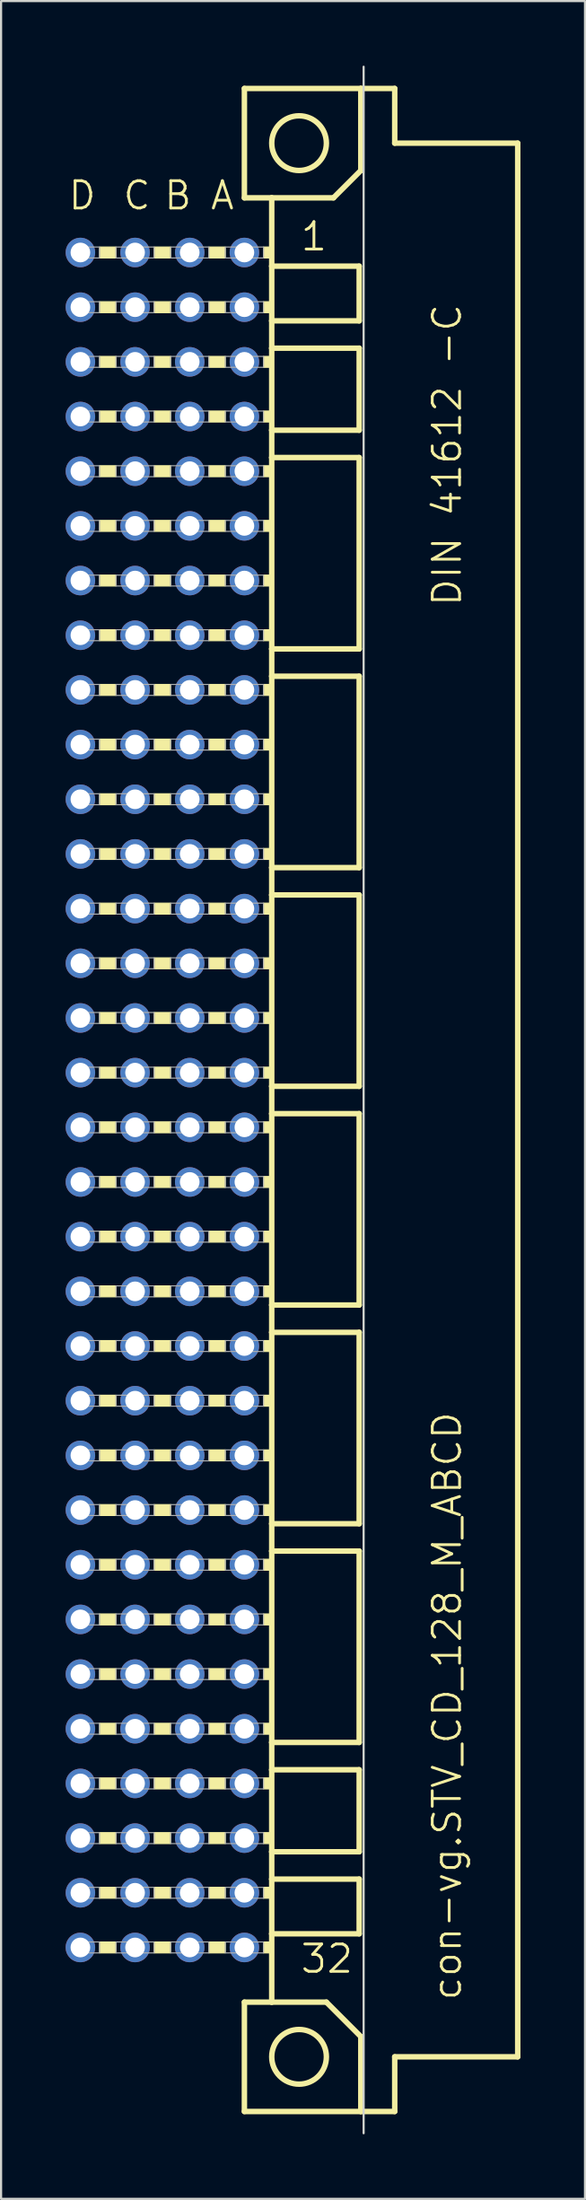
<source format=kicad_pcb>
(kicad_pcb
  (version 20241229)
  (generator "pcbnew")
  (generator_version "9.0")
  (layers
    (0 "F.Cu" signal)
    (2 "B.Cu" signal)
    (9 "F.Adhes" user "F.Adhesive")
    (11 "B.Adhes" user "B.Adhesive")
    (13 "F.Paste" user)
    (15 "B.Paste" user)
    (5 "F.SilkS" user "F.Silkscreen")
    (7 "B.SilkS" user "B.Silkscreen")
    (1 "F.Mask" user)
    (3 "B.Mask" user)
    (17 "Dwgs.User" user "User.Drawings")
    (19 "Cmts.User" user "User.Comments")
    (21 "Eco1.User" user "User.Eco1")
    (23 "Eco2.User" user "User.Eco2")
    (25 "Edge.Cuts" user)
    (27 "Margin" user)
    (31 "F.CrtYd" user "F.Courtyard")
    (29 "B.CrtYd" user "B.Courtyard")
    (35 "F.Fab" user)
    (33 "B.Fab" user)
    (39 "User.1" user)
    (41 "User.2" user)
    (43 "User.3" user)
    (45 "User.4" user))
  (footprint "con-vg.STV_CD_128_M_ABCD"
    (layer "F.Cu")
    (at 10.846 48.05)
    (property "Reference" "con-vg.STV_CD_128_M_ABCD" (at 7.62 41.91 90) (layer "F.SilkS") (effects (font (size 1.27 1.27) (thickness 0.13)) (justify left bottom)))
    (attr through_hole)
    (fp_line (start -2.54 -46.99) (end -2.54 -41.91) (stroke (width 0.254) (type default)) (layer "F.SilkS"))
    (fp_line (start -2.54 -41.91) (end -1.27 -41.91) (stroke (width 0.254) (type default)) (layer "F.SilkS"))
    (fp_line (start -2.54 41.91) (end -2.54 46.99) (stroke (width 0.254) (type default)) (layer "F.SilkS"))
    (fp_line (start -2.54 41.91) (end -1.27 41.91) (stroke (width 0.254) (type default)) (layer "F.SilkS"))
    (fp_line (start -2.54 46.99) (end 2.87 46.99) (stroke (width 0.254) (type default)) (layer "F.SilkS"))
    (fp_line (start -1.27 -41.91) (end -1.27 -38.735) (stroke (width 0.254) (type default)) (layer "F.SilkS"))
    (fp_line (start -1.27 -41.91) (end 1.6 -41.91) (stroke (width 0.254) (type default)) (layer "F.SilkS"))
    (fp_line (start -1.27 -38.735) (end -1.27 -36.195) (stroke (width 0.254) (type default)) (layer "F.SilkS"))
    (fp_line (start -1.27 -36.195) (end -1.27 -34.925) (stroke (width 0.254) (type default)) (layer "F.SilkS"))
    (fp_line (start -1.27 -34.925) (end -1.27 -31.115) (stroke (width 0.254) (type default)) (layer "F.SilkS"))
    (fp_line (start -1.27 -31.115) (end -1.27 -29.845) (stroke (width 0.254) (type default)) (layer "F.SilkS"))
    (fp_line (start -1.27 -29.845) (end -1.27 -20.955) (stroke (width 0.254) (type default)) (layer "F.SilkS"))
    (fp_line (start -1.27 -20.955) (end -1.27 -19.685) (stroke (width 0.254) (type default)) (layer "F.SilkS"))
    (fp_line (start -1.27 -19.685) (end -1.27 -10.795) (stroke (width 0.254) (type default)) (layer "F.SilkS"))
    (fp_line (start -1.27 -10.795) (end -1.27 -9.525) (stroke (width 0.254) (type default)) (layer "F.SilkS"))
    (fp_line (start -1.27 -9.525) (end -1.27 -0.635) (stroke (width 0.254) (type default)) (layer "F.SilkS"))
    (fp_line (start -1.27 -0.635) (end -1.27 0.635) (stroke (width 0.254) (type default)) (layer "F.SilkS"))
    (fp_line (start -1.27 0.635) (end -1.27 9.525) (stroke (width 0.254) (type default)) (layer "F.SilkS"))
    (fp_line (start -1.27 9.525) (end -1.27 10.795) (stroke (width 0.254) (type default)) (layer "F.SilkS"))
    (fp_line (start -1.27 10.795) (end -1.27 19.685) (stroke (width 0.254) (type default)) (layer "F.SilkS"))
    (fp_line (start -1.27 19.685) (end -1.27 20.955) (stroke (width 0.254) (type default)) (layer "F.SilkS"))
    (fp_line (start -1.27 20.955) (end -1.27 29.845) (stroke (width 0.254) (type default)) (layer "F.SilkS"))
    (fp_line (start -1.27 29.845) (end -1.27 31.115) (stroke (width 0.254) (type default)) (layer "F.SilkS"))
    (fp_line (start -1.27 31.115) (end -1.27 34.925) (stroke (width 0.254) (type default)) (layer "F.SilkS"))
    (fp_line (start -1.27 34.925) (end -1.27 36.195) (stroke (width 0.254) (type default)) (layer "F.SilkS"))
    (fp_line (start -1.27 36.195) (end -1.27 38.735) (stroke (width 0.254) (type default)) (layer "F.SilkS"))
    (fp_line (start -1.27 38.735) (end -1.27 41.91) (stroke (width 0.254) (type default)) (layer "F.SilkS"))
    (fp_line (start -1.27 41.91) (end 1.27 41.91) (stroke (width 0.254) (type default)) (layer "F.SilkS"))
    (fp_line (start 1.6 -41.91) (end 2.87 -43.18) (stroke (width 0.254) (type default)) (layer "F.SilkS"))
    (fp_line (start 2.794 -38.735) (end -1.27 -38.735) (stroke (width 0.254) (type default)) (layer "F.SilkS"))
    (fp_line (start 2.794 -38.735) (end 2.794 -36.195) (stroke (width 0.254) (type default)) (layer "F.SilkS"))
    (fp_line (start 2.794 -36.195) (end -1.27 -36.195) (stroke (width 0.254) (type default)) (layer "F.SilkS"))
    (fp_line (start 2.794 -34.925) (end -1.27 -34.925) (stroke (width 0.254) (type default)) (layer "F.SilkS"))
    (fp_line (start 2.794 -34.925) (end 2.794 -31.115) (stroke (width 0.254) (type default)) (layer "F.SilkS"))
    (fp_line (start 2.794 -31.115) (end -1.27 -31.115) (stroke (width 0.254) (type default)) (layer "F.SilkS"))
    (fp_line (start 2.794 -29.845) (end -1.27 -29.845) (stroke (width 0.254) (type default)) (layer "F.SilkS"))
    (fp_line (start 2.794 -29.845) (end 2.794 -20.955) (stroke (width 0.254) (type default)) (layer "F.SilkS"))
    (fp_line (start 2.794 -20.955) (end -1.27 -20.955) (stroke (width 0.254) (type default)) (layer "F.SilkS"))
    (fp_line (start 2.794 -19.685) (end -1.27 -19.685) (stroke (width 0.254) (type default)) (layer "F.SilkS"))
    (fp_line (start 2.794 -19.685) (end 2.794 -10.795) (stroke (width 0.254) (type default)) (layer "F.SilkS"))
    (fp_line (start 2.794 -10.795) (end -1.27 -10.795) (stroke (width 0.254) (type default)) (layer "F.SilkS"))
    (fp_line (start 2.794 -9.525) (end -1.27 -9.525) (stroke (width 0.254) (type default)) (layer "F.SilkS"))
    (fp_line (start 2.794 -9.525) (end 2.794 -0.635) (stroke (width 0.254) (type default)) (layer "F.SilkS"))
    (fp_line (start 2.794 -0.635) (end -1.27 -0.635) (stroke (width 0.254) (type default)) (layer "F.SilkS"))
    (fp_line (start 2.794 0.635) (end -1.27 0.635) (stroke (width 0.254) (type default)) (layer "F.SilkS"))
    (fp_line (start 2.794 0.635) (end 2.794 9.525) (stroke (width 0.254) (type default)) (layer "F.SilkS"))
    (fp_line (start 2.794 9.525) (end -1.27 9.525) (stroke (width 0.254) (type default)) (layer "F.SilkS"))
    (fp_line (start 2.794 10.795) (end -1.27 10.795) (stroke (width 0.254) (type default)) (layer "F.SilkS"))
    (fp_line (start 2.794 10.795) (end 2.794 19.685) (stroke (width 0.254) (type default)) (layer "F.SilkS"))
    (fp_line (start 2.794 19.685) (end -1.27 19.685) (stroke (width 0.254) (type default)) (layer "F.SilkS"))
    (fp_line (start 2.794 20.955) (end -1.27 20.955) (stroke (width 0.254) (type default)) (layer "F.SilkS"))
    (fp_line (start 2.794 20.955) (end 2.794 29.845) (stroke (width 0.254) (type default)) (layer "F.SilkS"))
    (fp_line (start 2.794 29.845) (end -1.27 29.845) (stroke (width 0.254) (type default)) (layer "F.SilkS"))
    (fp_line (start 2.794 31.115) (end -1.27 31.115) (stroke (width 0.254) (type default)) (layer "F.SilkS"))
    (fp_line (start 2.794 31.115) (end 2.794 34.925) (stroke (width 0.254) (type default)) (layer "F.SilkS"))
    (fp_line (start 2.794 34.925) (end -1.27 34.925) (stroke (width 0.254) (type default)) (layer "F.SilkS"))
    (fp_line (start 2.794 36.195) (end -1.27 36.195) (stroke (width 0.254) (type default)) (layer "F.SilkS"))
    (fp_line (start 2.794 36.195) (end 2.794 38.735) (stroke (width 0.254) (type default)) (layer "F.SilkS"))
    (fp_line (start 2.794 38.735) (end -1.27 38.735) (stroke (width 0.254) (type default)) (layer "F.SilkS"))
    (fp_line (start 2.87 -46.99) (end -2.54 -46.99) (stroke (width 0.254) (type default)) (layer "F.SilkS"))
    (fp_line (start 2.87 -43.18) (end 2.87 -46.99) (stroke (width 0.254) (type default)) (layer "F.SilkS"))
    (fp_line (start 2.87 43.51) (end 1.27 41.91) (stroke (width 0.254) (type default)) (layer "F.SilkS"))
    (fp_line (start 2.87 43.51) (end 2.87 46.99) (stroke (width 0.254) (type default)) (layer "F.SilkS"))
    (fp_line (start 2.87 46.99) (end 4.445 46.99) (stroke (width 0.254) (type default)) (layer "F.SilkS"))
    (fp_line (start 4.445 -46.99) (end 2.87 -46.99) (stroke (width 0.254) (type default)) (layer "F.SilkS"))
    (fp_line (start 4.445 -44.45) (end 4.445 -46.99) (stroke (width 0.254) (type default)) (layer "F.SilkS"))
    (fp_line (start 4.445 44.45) (end 10.16 44.45) (stroke (width 0.254) (type default)) (layer "F.SilkS"))
    (fp_line (start 4.445 46.99) (end 4.445 44.45) (stroke (width 0.254) (type default)) (layer "F.SilkS"))
    (fp_line (start 10.16 -44.45) (end 4.445 -44.45) (stroke (width 0.254) (type default)) (layer "F.SilkS"))
    (fp_line (start 10.16 44.45) (end 10.16 -44.45) (stroke (width 0.254) (type default)) (layer "F.SilkS"))
    (fp_rect (start -9.271 -39.116) (end -8.509 -39.624) (stroke (width 0.05) (type default)) (fill yes) (layer "F.SilkS"))
    (fp_rect (start -9.271 -36.576) (end -8.509 -37.084) (stroke (width 0.05) (type default)) (fill yes) (layer "F.SilkS"))
    (fp_rect (start -9.271 -34.036) (end -8.509 -34.544) (stroke (width 0.05) (type default)) (fill yes) (layer "F.SilkS"))
    (fp_rect (start -9.271 -31.496) (end -8.509 -32.004) (stroke (width 0.05) (type default)) (fill yes) (layer "F.SilkS"))
    (fp_rect (start -9.271 -28.956) (end -8.509 -29.464) (stroke (width 0.05) (type default)) (fill yes) (layer "F.SilkS"))
    (fp_rect (start -9.271 -26.416) (end -8.509 -26.924) (stroke (width 0.05) (type default)) (fill yes) (layer "F.SilkS"))
    (fp_rect (start -9.271 -23.876) (end -8.509 -24.384) (stroke (width 0.05) (type default)) (fill yes) (layer "F.SilkS"))
    (fp_rect (start -9.271 -21.336) (end -8.509 -21.844) (stroke (width 0.05) (type default)) (fill yes) (layer "F.SilkS"))
    (fp_rect (start -9.271 -18.796) (end -8.509 -19.304) (stroke (width 0.05) (type default)) (fill yes) (layer "F.SilkS"))
    (fp_rect (start -9.271 -16.256) (end -8.509 -16.764) (stroke (width 0.05) (type default)) (fill yes) (layer "F.SilkS"))
    (fp_rect (start -9.271 -13.716) (end -8.509 -14.224) (stroke (width 0.05) (type default)) (fill yes) (layer "F.SilkS"))
    (fp_rect (start -9.271 -11.176) (end -8.509 -11.684) (stroke (width 0.05) (type default)) (fill yes) (layer "F.SilkS"))
    (fp_rect (start -9.271 -8.636) (end -8.509 -9.144) (stroke (width 0.05) (type default)) (fill yes) (layer "F.SilkS"))
    (fp_rect (start -9.271 -6.096) (end -8.509 -6.604) (stroke (width 0.05) (type default)) (fill yes) (layer "F.SilkS"))
    (fp_rect (start -9.271 -3.556) (end -8.509 -4.064) (stroke (width 0.05) (type default)) (fill yes) (layer "F.SilkS"))
    (fp_rect (start -9.271 -1.016) (end -8.509 -1.524) (stroke (width 0.05) (type default)) (fill yes) (layer "F.SilkS"))
    (fp_rect (start -9.271 1.524) (end -8.509 1.016) (stroke (width 0.05) (type default)) (fill yes) (layer "F.SilkS"))
    (fp_rect (start -9.271 4.064) (end -8.509 3.556) (stroke (width 0.05) (type default)) (fill yes) (layer "F.SilkS"))
    (fp_rect (start -9.271 6.604) (end -8.509 6.096) (stroke (width 0.05) (type default)) (fill yes) (layer "F.SilkS"))
    (fp_rect (start -9.271 9.144) (end -8.509 8.636) (stroke (width 0.05) (type default)) (fill yes) (layer "F.SilkS"))
    (fp_rect (start -9.271 11.684) (end -8.509 11.176) (stroke (width 0.05) (type default)) (fill yes) (layer "F.SilkS"))
    (fp_rect (start -9.271 14.224) (end -8.509 13.716) (stroke (width 0.05) (type default)) (fill yes) (layer "F.SilkS"))
    (fp_rect (start -9.271 16.764) (end -8.509 16.256) (stroke (width 0.05) (type default)) (fill yes) (layer "F.SilkS"))
    (fp_rect (start -9.271 19.304) (end -8.509 18.796) (stroke (width 0.05) (type default)) (fill yes) (layer "F.SilkS"))
    (fp_rect (start -9.271 21.844) (end -8.509 21.336) (stroke (width 0.05) (type default)) (fill yes) (layer "F.SilkS"))
    (fp_rect (start -9.271 24.384) (end -8.509 23.876) (stroke (width 0.05) (type default)) (fill yes) (layer "F.SilkS"))
    (fp_rect (start -9.271 26.924) (end -8.509 26.416) (stroke (width 0.05) (type default)) (fill yes) (layer "F.SilkS"))
    (fp_rect (start -9.271 29.464) (end -8.509 28.956) (stroke (width 0.05) (type default)) (fill yes) (layer "F.SilkS"))
    (fp_rect (start -9.271 32.004) (end -8.509 31.496) (stroke (width 0.05) (type default)) (fill yes) (layer "F.SilkS"))
    (fp_rect (start -9.271 34.544) (end -8.509 34.036) (stroke (width 0.05) (type default)) (fill yes) (layer "F.SilkS"))
    (fp_rect (start -9.271 37.084) (end -8.509 36.576) (stroke (width 0.05) (type default)) (fill yes) (layer "F.SilkS"))
    (fp_rect (start -9.271 39.624) (end -8.509 39.116) (stroke (width 0.05) (type default)) (fill yes) (layer "F.SilkS"))
    (fp_rect (start -6.731 -39.116) (end -5.969 -39.624) (stroke (width 0.05) (type default)) (fill yes) (layer "F.SilkS"))
    (fp_rect (start -6.731 -36.576) (end -5.969 -37.084) (stroke (width 0.05) (type default)) (fill yes) (layer "F.SilkS"))
    (fp_rect (start -6.731 -34.036) (end -5.969 -34.544) (stroke (width 0.05) (type default)) (fill yes) (layer "F.SilkS"))
    (fp_rect (start -6.731 -31.496) (end -5.969 -32.004) (stroke (width 0.05) (type default)) (fill yes) (layer "F.SilkS"))
    (fp_rect (start -6.731 -28.956) (end -5.969 -29.464) (stroke (width 0.05) (type default)) (fill yes) (layer "F.SilkS"))
    (fp_rect (start -6.731 -26.416) (end -5.969 -26.924) (stroke (width 0.05) (type default)) (fill yes) (layer "F.SilkS"))
    (fp_rect (start -6.731 -23.876) (end -5.969 -24.384) (stroke (width 0.05) (type default)) (fill yes) (layer "F.SilkS"))
    (fp_rect (start -6.731 -21.336) (end -5.969 -21.844) (stroke (width 0.05) (type default)) (fill yes) (layer "F.SilkS"))
    (fp_rect (start -6.731 -18.796) (end -5.969 -19.304) (stroke (width 0.05) (type default)) (fill yes) (layer "F.SilkS"))
    (fp_rect (start -6.731 -16.256) (end -5.969 -16.764) (stroke (width 0.05) (type default)) (fill yes) (layer "F.SilkS"))
    (fp_rect (start -6.731 -13.716) (end -5.969 -14.224) (stroke (width 0.05) (type default)) (fill yes) (layer "F.SilkS"))
    (fp_rect (start -6.731 -11.176) (end -5.969 -11.684) (stroke (width 0.05) (type default)) (fill yes) (layer "F.SilkS"))
    (fp_rect (start -6.731 -8.636) (end -5.969 -9.144) (stroke (width 0.05) (type default)) (fill yes) (layer "F.SilkS"))
    (fp_rect (start -6.731 -6.096) (end -5.969 -6.604) (stroke (width 0.05) (type default)) (fill yes) (layer "F.SilkS"))
    (fp_rect (start -6.731 -3.556) (end -5.969 -4.064) (stroke (width 0.05) (type default)) (fill yes) (layer "F.SilkS"))
    (fp_rect (start -6.731 -1.016) (end -5.969 -1.524) (stroke (width 0.05) (type default)) (fill yes) (layer "F.SilkS"))
    (fp_rect (start -6.731 1.524) (end -5.969 1.016) (stroke (width 0.05) (type default)) (fill yes) (layer "F.SilkS"))
    (fp_rect (start -6.731 4.064) (end -5.969 3.556) (stroke (width 0.05) (type default)) (fill yes) (layer "F.SilkS"))
    (fp_rect (start -6.731 6.604) (end -5.969 6.096) (stroke (width 0.05) (type default)) (fill yes) (layer "F.SilkS"))
    (fp_rect (start -6.731 9.144) (end -5.969 8.636) (stroke (width 0.05) (type default)) (fill yes) (layer "F.SilkS"))
    (fp_rect (start -6.731 11.684) (end -5.969 11.176) (stroke (width 0.05) (type default)) (fill yes) (layer "F.SilkS"))
    (fp_rect (start -6.731 14.224) (end -5.969 13.716) (stroke (width 0.05) (type default)) (fill yes) (layer "F.SilkS"))
    (fp_rect (start -6.731 16.764) (end -5.969 16.256) (stroke (width 0.05) (type default)) (fill yes) (layer "F.SilkS"))
    (fp_rect (start -6.731 19.304) (end -5.969 18.796) (stroke (width 0.05) (type default)) (fill yes) (layer "F.SilkS"))
    (fp_rect (start -6.731 21.844) (end -5.969 21.336) (stroke (width 0.05) (type default)) (fill yes) (layer "F.SilkS"))
    (fp_rect (start -6.731 24.384) (end -5.969 23.876) (stroke (width 0.05) (type default)) (fill yes) (layer "F.SilkS"))
    (fp_rect (start -6.731 26.924) (end -5.969 26.416) (stroke (width 0.05) (type default)) (fill yes) (layer "F.SilkS"))
    (fp_rect (start -6.731 29.464) (end -5.969 28.956) (stroke (width 0.05) (type default)) (fill yes) (layer "F.SilkS"))
    (fp_rect (start -6.731 32.004) (end -5.969 31.496) (stroke (width 0.05) (type default)) (fill yes) (layer "F.SilkS"))
    (fp_rect (start -6.731 34.544) (end -5.969 34.036) (stroke (width 0.05) (type default)) (fill yes) (layer "F.SilkS"))
    (fp_rect (start -6.731 37.084) (end -5.969 36.576) (stroke (width 0.05) (type default)) (fill yes) (layer "F.SilkS"))
    (fp_rect (start -6.731 39.624) (end -5.969 39.116) (stroke (width 0.05) (type default)) (fill yes) (layer "F.SilkS"))
    (fp_rect (start -4.191 -39.116) (end -3.429 -39.624) (stroke (width 0.05) (type default)) (fill yes) (layer "F.SilkS"))
    (fp_rect (start -4.191 -36.576) (end -3.429 -37.084) (stroke (width 0.05) (type default)) (fill yes) (layer "F.SilkS"))
    (fp_rect (start -4.191 -34.036) (end -3.429 -34.544) (stroke (width 0.05) (type default)) (fill yes) (layer "F.SilkS"))
    (fp_rect (start -4.191 -31.496) (end -3.429 -32.004) (stroke (width 0.05) (type default)) (fill yes) (layer "F.SilkS"))
    (fp_rect (start -4.191 -28.956) (end -3.429 -29.464) (stroke (width 0.05) (type default)) (fill yes) (layer "F.SilkS"))
    (fp_rect (start -4.191 -26.416) (end -3.429 -26.924) (stroke (width 0.05) (type default)) (fill yes) (layer "F.SilkS"))
    (fp_rect (start -4.191 -23.876) (end -3.429 -24.384) (stroke (width 0.05) (type default)) (fill yes) (layer "F.SilkS"))
    (fp_rect (start -4.191 -21.336) (end -3.429 -21.844) (stroke (width 0.05) (type default)) (fill yes) (layer "F.SilkS"))
    (fp_rect (start -4.191 -18.796) (end -3.429 -19.304) (stroke (width 0.05) (type default)) (fill yes) (layer "F.SilkS"))
    (fp_rect (start -4.191 -16.256) (end -3.429 -16.764) (stroke (width 0.05) (type default)) (fill yes) (layer "F.SilkS"))
    (fp_rect (start -4.191 -13.716) (end -3.429 -14.224) (stroke (width 0.05) (type default)) (fill yes) (layer "F.SilkS"))
    (fp_rect (start -4.191 -11.176) (end -3.429 -11.684) (stroke (width 0.05) (type default)) (fill yes) (layer "F.SilkS"))
    (fp_rect (start -4.191 -8.636) (end -3.429 -9.144) (stroke (width 0.05) (type default)) (fill yes) (layer "F.SilkS"))
    (fp_rect (start -4.191 -6.096) (end -3.429 -6.604) (stroke (width 0.05) (type default)) (fill yes) (layer "F.SilkS"))
    (fp_rect (start -4.191 -3.556) (end -3.429 -4.064) (stroke (width 0.05) (type default)) (fill yes) (layer "F.SilkS"))
    (fp_rect (start -4.191 -1.016) (end -3.429 -1.524) (stroke (width 0.05) (type default)) (fill yes) (layer "F.SilkS"))
    (fp_rect (start -4.191 1.524) (end -3.429 1.016) (stroke (width 0.05) (type default)) (fill yes) (layer "F.SilkS"))
    (fp_rect (start -4.191 4.064) (end -3.429 3.556) (stroke (width 0.05) (type default)) (fill yes) (layer "F.SilkS"))
    (fp_rect (start -4.191 6.604) (end -3.429 6.096) (stroke (width 0.05) (type default)) (fill yes) (layer "F.SilkS"))
    (fp_rect (start -4.191 9.144) (end -3.429 8.636) (stroke (width 0.05) (type default)) (fill yes) (layer "F.SilkS"))
    (fp_rect (start -4.191 11.684) (end -3.429 11.176) (stroke (width 0.05) (type default)) (fill yes) (layer "F.SilkS"))
    (fp_rect (start -4.191 14.224) (end -3.429 13.716) (stroke (width 0.05) (type default)) (fill yes) (layer "F.SilkS"))
    (fp_rect (start -4.191 16.764) (end -3.429 16.256) (stroke (width 0.05) (type default)) (fill yes) (layer "F.SilkS"))
    (fp_rect (start -4.191 19.304) (end -3.429 18.796) (stroke (width 0.05) (type default)) (fill yes) (layer "F.SilkS"))
    (fp_rect (start -4.191 21.844) (end -3.429 21.336) (stroke (width 0.05) (type default)) (fill yes) (layer "F.SilkS"))
    (fp_rect (start -4.191 24.384) (end -3.429 23.876) (stroke (width 0.05) (type default)) (fill yes) (layer "F.SilkS"))
    (fp_rect (start -4.191 26.924) (end -3.429 26.416) (stroke (width 0.05) (type default)) (fill yes) (layer "F.SilkS"))
    (fp_rect (start -4.191 29.464) (end -3.429 28.956) (stroke (width 0.05) (type default)) (fill yes) (layer "F.SilkS"))
    (fp_rect (start -4.191 32.004) (end -3.429 31.496) (stroke (width 0.05) (type default)) (fill yes) (layer "F.SilkS"))
    (fp_rect (start -4.191 34.544) (end -3.429 34.036) (stroke (width 0.05) (type default)) (fill yes) (layer "F.SilkS"))
    (fp_rect (start -4.191 37.084) (end -3.429 36.576) (stroke (width 0.05) (type default)) (fill yes) (layer "F.SilkS"))
    (fp_rect (start -4.191 39.624) (end -3.429 39.116) (stroke (width 0.05) (type default)) (fill yes) (layer "F.SilkS"))
    (fp_rect (start -1.651 -39.116) (end -1.27 -39.624) (stroke (width 0.05) (type default)) (fill yes) (layer "F.SilkS"))
    (fp_rect (start -1.651 -36.576) (end -1.27 -37.084) (stroke (width 0.05) (type default)) (fill yes) (layer "F.SilkS"))
    (fp_rect (start -1.651 -34.036) (end -1.27 -34.544) (stroke (width 0.05) (type default)) (fill yes) (layer "F.SilkS"))
    (fp_rect (start -1.651 -31.496) (end -1.27 -32.004) (stroke (width 0.05) (type default)) (fill yes) (layer "F.SilkS"))
    (fp_rect (start -1.651 -28.956) (end -1.27 -29.464) (stroke (width 0.05) (type default)) (fill yes) (layer "F.SilkS"))
    (fp_rect (start -1.651 -26.416) (end -1.27 -26.924) (stroke (width 0.05) (type default)) (fill yes) (layer "F.SilkS"))
    (fp_rect (start -1.651 -23.876) (end -1.27 -24.384) (stroke (width 0.05) (type default)) (fill yes) (layer "F.SilkS"))
    (fp_rect (start -1.651 -21.336) (end -1.27 -21.844) (stroke (width 0.05) (type default)) (fill yes) (layer "F.SilkS"))
    (fp_rect (start -1.651 -18.796) (end -1.27 -19.304) (stroke (width 0.05) (type default)) (fill yes) (layer "F.SilkS"))
    (fp_rect (start -1.651 -16.256) (end -1.27 -16.764) (stroke (width 0.05) (type default)) (fill yes) (layer "F.SilkS"))
    (fp_rect (start -1.651 -13.716) (end -1.27 -14.224) (stroke (width 0.05) (type default)) (fill yes) (layer "F.SilkS"))
    (fp_rect (start -1.651 -11.176) (end -1.27 -11.684) (stroke (width 0.05) (type default)) (fill yes) (layer "F.SilkS"))
    (fp_rect (start -1.651 -8.636) (end -1.27 -9.144) (stroke (width 0.05) (type default)) (fill yes) (layer "F.SilkS"))
    (fp_rect (start -1.651 -6.096) (end -1.27 -6.604) (stroke (width 0.05) (type default)) (fill yes) (layer "F.SilkS"))
    (fp_rect (start -1.651 -3.556) (end -1.27 -4.064) (stroke (width 0.05) (type default)) (fill yes) (layer "F.SilkS"))
    (fp_rect (start -1.651 -1.016) (end -1.27 -1.524) (stroke (width 0.05) (type default)) (fill yes) (layer "F.SilkS"))
    (fp_rect (start -1.651 1.524) (end -1.27 1.016) (stroke (width 0.05) (type default)) (fill yes) (layer "F.SilkS"))
    (fp_rect (start -1.651 4.064) (end -1.27 3.556) (stroke (width 0.05) (type default)) (fill yes) (layer "F.SilkS"))
    (fp_rect (start -1.651 6.604) (end -1.27 6.096) (stroke (width 0.05) (type default)) (fill yes) (layer "F.SilkS"))
    (fp_rect (start -1.651 9.144) (end -1.27 8.636) (stroke (width 0.05) (type default)) (fill yes) (layer "F.SilkS"))
    (fp_rect (start -1.651 11.684) (end -1.27 11.176) (stroke (width 0.05) (type default)) (fill yes) (layer "F.SilkS"))
    (fp_rect (start -1.651 14.224) (end -1.27 13.716) (stroke (width 0.05) (type default)) (fill yes) (layer "F.SilkS"))
    (fp_rect (start -1.651 16.764) (end -1.27 16.256) (stroke (width 0.05) (type default)) (fill yes) (layer "F.SilkS"))
    (fp_rect (start -1.651 19.304) (end -1.27 18.796) (stroke (width 0.05) (type default)) (fill yes) (layer "F.SilkS"))
    (fp_rect (start -1.651 21.844) (end -1.27 21.336) (stroke (width 0.05) (type default)) (fill yes) (layer "F.SilkS"))
    (fp_rect (start -1.651 24.384) (end -1.27 23.876) (stroke (width 0.05) (type default)) (fill yes) (layer "F.SilkS"))
    (fp_rect (start -1.651 26.924) (end -1.27 26.416) (stroke (width 0.05) (type default)) (fill yes) (layer "F.SilkS"))
    (fp_rect (start -1.651 29.464) (end -1.27 28.956) (stroke (width 0.05) (type default)) (fill yes) (layer "F.SilkS"))
    (fp_rect (start -1.651 32.004) (end -1.27 31.496) (stroke (width 0.05) (type default)) (fill yes) (layer "F.SilkS"))
    (fp_rect (start -1.651 34.544) (end -1.27 34.036) (stroke (width 0.05) (type default)) (fill yes) (layer "F.SilkS"))
    (fp_rect (start -1.651 37.084) (end -1.27 36.576) (stroke (width 0.05) (type default)) (fill yes) (layer "F.SilkS"))
    (fp_rect (start -1.651 39.624) (end -1.27 39.116) (stroke (width 0.05) (type default)) (fill yes) (layer "F.SilkS"))
    (fp_circle (center 0 -44.45) (end 1.27 -44.45) (stroke (width 0.254) (type default)) (fill no) (layer "F.SilkS"))
    (fp_circle (center 0 44.45) (end 1.27 44.45) (stroke (width 0.254) (type default)) (fill no) (layer "F.SilkS"))
    (fp_line (start 3 -48) (end 3 48) (stroke (width 0.1) (type default)) (layer "Edge.Cuts"))
    (fp_rect (start -10.414 -39.116) (end -9.271 -39.624) (stroke (width 0.05) (type default)) (fill no) (layer "F.Fab"))
    (fp_rect (start -10.414 -36.576) (end -9.271 -37.084) (stroke (width 0.05) (type default)) (fill no) (layer "F.Fab"))
    (fp_rect (start -10.414 -34.036) (end -9.271 -34.544) (stroke (width 0.05) (type default)) (fill no) (layer "F.Fab"))
    (fp_rect (start -10.414 -31.496) (end -9.271 -32.004) (stroke (width 0.05) (type default)) (fill no) (layer "F.Fab"))
    (fp_rect (start -10.414 -28.956) (end -9.271 -29.464) (stroke (width 0.05) (type default)) (fill no) (layer "F.Fab"))
    (fp_rect (start -10.414 -26.416) (end -9.271 -26.924) (stroke (width 0.05) (type default)) (fill no) (layer "F.Fab"))
    (fp_rect (start -10.414 -23.876) (end -9.271 -24.384) (stroke (width 0.05) (type default)) (fill no) (layer "F.Fab"))
    (fp_rect (start -10.414 -21.336) (end -9.271 -21.844) (stroke (width 0.05) (type default)) (fill no) (layer "F.Fab"))
    (fp_rect (start -10.414 -18.796) (end -9.271 -19.304) (stroke (width 0.05) (type default)) (fill no) (layer "F.Fab"))
    (fp_rect (start -10.414 -16.256) (end -9.271 -16.764) (stroke (width 0.05) (type default)) (fill no) (layer "F.Fab"))
    (fp_rect (start -10.414 -13.716) (end -9.271 -14.224) (stroke (width 0.05) (type default)) (fill no) (layer "F.Fab"))
    (fp_rect (start -10.414 -11.176) (end -9.271 -11.684) (stroke (width 0.05) (type default)) (fill no) (layer "F.Fab"))
    (fp_rect (start -10.414 -8.636) (end -9.271 -9.144) (stroke (width 0.05) (type default)) (fill no) (layer "F.Fab"))
    (fp_rect (start -10.414 -6.096) (end -9.271 -6.604) (stroke (width 0.05) (type default)) (fill no) (layer "F.Fab"))
    (fp_rect (start -10.414 -3.556) (end -9.271 -4.064) (stroke (width 0.05) (type default)) (fill no) (layer "F.Fab"))
    (fp_rect (start -10.414 -1.016) (end -9.271 -1.524) (stroke (width 0.05) (type default)) (fill no) (layer "F.Fab"))
    (fp_rect (start -10.414 1.524) (end -9.271 1.016) (stroke (width 0.05) (type default)) (fill no) (layer "F.Fab"))
    (fp_rect (start -10.414 4.064) (end -9.271 3.556) (stroke (width 0.05) (type default)) (fill no) (layer "F.Fab"))
    (fp_rect (start -10.414 6.604) (end -9.271 6.096) (stroke (width 0.05) (type default)) (fill no) (layer "F.Fab"))
    (fp_rect (start -10.414 9.144) (end -9.271 8.636) (stroke (width 0.05) (type default)) (fill no) (layer "F.Fab"))
    (fp_rect (start -10.414 11.684) (end -9.271 11.176) (stroke (width 0.05) (type default)) (fill no) (layer "F.Fab"))
    (fp_rect (start -10.414 14.224) (end -9.271 13.716) (stroke (width 0.05) (type default)) (fill no) (layer "F.Fab"))
    (fp_rect (start -10.414 16.764) (end -9.271 16.256) (stroke (width 0.05) (type default)) (fill no) (layer "F.Fab"))
    (fp_rect (start -10.414 19.304) (end -9.271 18.796) (stroke (width 0.05) (type default)) (fill no) (layer "F.Fab"))
    (fp_rect (start -10.414 21.844) (end -9.271 21.336) (stroke (width 0.05) (type default)) (fill no) (layer "F.Fab"))
    (fp_rect (start -10.414 24.384) (end -9.271 23.876) (stroke (width 0.05) (type default)) (fill no) (layer "F.Fab"))
    (fp_rect (start -10.414 26.924) (end -9.271 26.416) (stroke (width 0.05) (type default)) (fill no) (layer "F.Fab"))
    (fp_rect (start -10.414 29.464) (end -9.271 28.956) (stroke (width 0.05) (type default)) (fill no) (layer "F.Fab"))
    (fp_rect (start -10.414 32.004) (end -9.271 31.496) (stroke (width 0.05) (type default)) (fill no) (layer "F.Fab"))
    (fp_rect (start -10.414 34.544) (end -9.271 34.036) (stroke (width 0.05) (type default)) (fill no) (layer "F.Fab"))
    (fp_rect (start -10.414 37.084) (end -9.271 36.576) (stroke (width 0.05) (type default)) (fill no) (layer "F.Fab"))
    (fp_rect (start -10.414 39.624) (end -9.271 39.116) (stroke (width 0.05) (type default)) (fill no) (layer "F.Fab"))
    (fp_rect (start -8.509 -39.116) (end -6.731 -39.624) (stroke (width 0.05) (type default)) (fill no) (layer "F.Fab"))
    (fp_rect (start -8.509 -36.576) (end -6.731 -37.084) (stroke (width 0.05) (type default)) (fill no) (layer "F.Fab"))
    (fp_rect (start -8.509 -34.036) (end -6.731 -34.544) (stroke (width 0.05) (type default)) (fill no) (layer "F.Fab"))
    (fp_rect (start -8.509 -31.496) (end -6.731 -32.004) (stroke (width 0.05) (type default)) (fill no) (layer "F.Fab"))
    (fp_rect (start -8.509 -28.956) (end -6.731 -29.464) (stroke (width 0.05) (type default)) (fill no) (layer "F.Fab"))
    (fp_rect (start -8.509 -26.416) (end -6.731 -26.924) (stroke (width 0.05) (type default)) (fill no) (layer "F.Fab"))
    (fp_rect (start -8.509 -23.876) (end -6.731 -24.384) (stroke (width 0.05) (type default)) (fill no) (layer "F.Fab"))
    (fp_rect (start -8.509 -21.336) (end -6.731 -21.844) (stroke (width 0.05) (type default)) (fill no) (layer "F.Fab"))
    (fp_rect (start -8.509 -18.796) (end -6.731 -19.304) (stroke (width 0.05) (type default)) (fill no) (layer "F.Fab"))
    (fp_rect (start -8.509 -16.256) (end -6.731 -16.764) (stroke (width 0.05) (type default)) (fill no) (layer "F.Fab"))
    (fp_rect (start -8.509 -13.716) (end -6.731 -14.224) (stroke (width 0.05) (type default)) (fill no) (layer "F.Fab"))
    (fp_rect (start -8.509 -11.176) (end -6.731 -11.684) (stroke (width 0.05) (type default)) (fill no) (layer "F.Fab"))
    (fp_rect (start -8.509 -8.636) (end -6.731 -9.144) (stroke (width 0.05) (type default)) (fill no) (layer "F.Fab"))
    (fp_rect (start -8.509 -6.096) (end -6.731 -6.604) (stroke (width 0.05) (type default)) (fill no) (layer "F.Fab"))
    (fp_rect (start -8.509 -3.556) (end -6.731 -4.064) (stroke (width 0.05) (type default)) (fill no) (layer "F.Fab"))
    (fp_rect (start -8.509 -1.016) (end -6.731 -1.524) (stroke (width 0.05) (type default)) (fill no) (layer "F.Fab"))
    (fp_rect (start -8.509 1.524) (end -6.731 1.016) (stroke (width 0.05) (type default)) (fill no) (layer "F.Fab"))
    (fp_rect (start -8.509 4.064) (end -6.731 3.556) (stroke (width 0.05) (type default)) (fill no) (layer "F.Fab"))
    (fp_rect (start -8.509 6.604) (end -6.731 6.096) (stroke (width 0.05) (type default)) (fill no) (layer "F.Fab"))
    (fp_rect (start -8.509 9.144) (end -6.731 8.636) (stroke (width 0.05) (type default)) (fill no) (layer "F.Fab"))
    (fp_rect (start -8.509 11.684) (end -6.731 11.176) (stroke (width 0.05) (type default)) (fill no) (layer "F.Fab"))
    (fp_rect (start -8.509 14.224) (end -6.731 13.716) (stroke (width 0.05) (type default)) (fill no) (layer "F.Fab"))
    (fp_rect (start -8.509 16.764) (end -6.731 16.256) (stroke (width 0.05) (type default)) (fill no) (layer "F.Fab"))
    (fp_rect (start -8.509 19.304) (end -6.731 18.796) (stroke (width 0.05) (type default)) (fill no) (layer "F.Fab"))
    (fp_rect (start -8.509 21.844) (end -6.731 21.336) (stroke (width 0.05) (type default)) (fill no) (layer "F.Fab"))
    (fp_rect (start -8.509 24.384) (end -6.731 23.876) (stroke (width 0.05) (type default)) (fill no) (layer "F.Fab"))
    (fp_rect (start -8.509 26.924) (end -6.731 26.416) (stroke (width 0.05) (type default)) (fill no) (layer "F.Fab"))
    (fp_rect (start -8.509 29.464) (end -6.731 28.956) (stroke (width 0.05) (type default)) (fill no) (layer "F.Fab"))
    (fp_rect (start -8.509 32.004) (end -6.731 31.496) (stroke (width 0.05) (type default)) (fill no) (layer "F.Fab"))
    (fp_rect (start -8.509 34.544) (end -6.731 34.036) (stroke (width 0.05) (type default)) (fill no) (layer "F.Fab"))
    (fp_rect (start -8.509 37.084) (end -6.731 36.576) (stroke (width 0.05) (type default)) (fill no) (layer "F.Fab"))
    (fp_rect (start -8.509 39.624) (end -6.731 39.116) (stroke (width 0.05) (type default)) (fill no) (layer "F.Fab"))
    (fp_rect (start -5.969 -39.116) (end -4.191 -39.624) (stroke (width 0.05) (type default)) (fill no) (layer "F.Fab"))
    (fp_rect (start -5.969 -36.576) (end -4.191 -37.084) (stroke (width 0.05) (type default)) (fill no) (layer "F.Fab"))
    (fp_rect (start -5.969 -34.036) (end -4.191 -34.544) (stroke (width 0.05) (type default)) (fill no) (layer "F.Fab"))
    (fp_rect (start -5.969 -31.496) (end -4.191 -32.004) (stroke (width 0.05) (type default)) (fill no) (layer "F.Fab"))
    (fp_rect (start -5.969 -28.956) (end -4.191 -29.464) (stroke (width 0.05) (type default)) (fill no) (layer "F.Fab"))
    (fp_rect (start -5.969 -26.416) (end -4.191 -26.924) (stroke (width 0.05) (type default)) (fill no) (layer "F.Fab"))
    (fp_rect (start -5.969 -23.876) (end -4.191 -24.384) (stroke (width 0.05) (type default)) (fill no) (layer "F.Fab"))
    (fp_rect (start -5.969 -21.336) (end -4.191 -21.844) (stroke (width 0.05) (type default)) (fill no) (layer "F.Fab"))
    (fp_rect (start -5.969 -18.796) (end -4.191 -19.304) (stroke (width 0.05) (type default)) (fill no) (layer "F.Fab"))
    (fp_rect (start -5.969 -16.256) (end -4.191 -16.764) (stroke (width 0.05) (type default)) (fill no) (layer "F.Fab"))
    (fp_rect (start -5.969 -13.716) (end -4.191 -14.224) (stroke (width 0.05) (type default)) (fill no) (layer "F.Fab"))
    (fp_rect (start -5.969 -11.176) (end -4.191 -11.684) (stroke (width 0.05) (type default)) (fill no) (layer "F.Fab"))
    (fp_rect (start -5.969 -8.636) (end -4.191 -9.144) (stroke (width 0.05) (type default)) (fill no) (layer "F.Fab"))
    (fp_rect (start -5.969 -6.096) (end -4.191 -6.604) (stroke (width 0.05) (type default)) (fill no) (layer "F.Fab"))
    (fp_rect (start -5.969 -3.556) (end -4.191 -4.064) (stroke (width 0.05) (type default)) (fill no) (layer "F.Fab"))
    (fp_rect (start -5.969 -1.016) (end -4.191 -1.524) (stroke (width 0.05) (type default)) (fill no) (layer "F.Fab"))
    (fp_rect (start -5.969 1.524) (end -4.191 1.016) (stroke (width 0.05) (type default)) (fill no) (layer "F.Fab"))
    (fp_rect (start -5.969 4.064) (end -4.191 3.556) (stroke (width 0.05) (type default)) (fill no) (layer "F.Fab"))
    (fp_rect (start -5.969 6.604) (end -4.191 6.096) (stroke (width 0.05) (type default)) (fill no) (layer "F.Fab"))
    (fp_rect (start -5.969 9.144) (end -4.191 8.636) (stroke (width 0.05) (type default)) (fill no) (layer "F.Fab"))
    (fp_rect (start -5.969 11.684) (end -4.191 11.176) (stroke (width 0.05) (type default)) (fill no) (layer "F.Fab"))
    (fp_rect (start -5.969 14.224) (end -4.191 13.716) (stroke (width 0.05) (type default)) (fill no) (layer "F.Fab"))
    (fp_rect (start -5.969 16.764) (end -4.191 16.256) (stroke (width 0.05) (type default)) (fill no) (layer "F.Fab"))
    (fp_rect (start -5.969 19.304) (end -4.191 18.796) (stroke (width 0.05) (type default)) (fill no) (layer "F.Fab"))
    (fp_rect (start -5.969 21.844) (end -4.191 21.336) (stroke (width 0.05) (type default)) (fill no) (layer "F.Fab"))
    (fp_rect (start -5.969 24.384) (end -4.191 23.876) (stroke (width 0.05) (type default)) (fill no) (layer "F.Fab"))
    (fp_rect (start -5.969 26.924) (end -4.191 26.416) (stroke (width 0.05) (type default)) (fill no) (layer "F.Fab"))
    (fp_rect (start -5.969 29.464) (end -4.191 28.956) (stroke (width 0.05) (type default)) (fill no) (layer "F.Fab"))
    (fp_rect (start -5.969 32.004) (end -4.191 31.496) (stroke (width 0.05) (type default)) (fill no) (layer "F.Fab"))
    (fp_rect (start -5.969 34.544) (end -4.191 34.036) (stroke (width 0.05) (type default)) (fill no) (layer "F.Fab"))
    (fp_rect (start -5.969 37.084) (end -4.191 36.576) (stroke (width 0.05) (type default)) (fill no) (layer "F.Fab"))
    (fp_rect (start -5.969 39.624) (end -4.191 39.116) (stroke (width 0.05) (type default)) (fill no) (layer "F.Fab"))
    (fp_rect (start -3.429 -39.116) (end -1.651 -39.624) (stroke (width 0.05) (type default)) (fill no) (layer "F.Fab"))
    (fp_rect (start -3.429 -36.576) (end -1.651 -37.084) (stroke (width 0.05) (type default)) (fill no) (layer "F.Fab"))
    (fp_rect (start -3.429 -34.036) (end -1.651 -34.544) (stroke (width 0.05) (type default)) (fill no) (layer "F.Fab"))
    (fp_rect (start -3.429 -31.496) (end -1.651 -32.004) (stroke (width 0.05) (type default)) (fill no) (layer "F.Fab"))
    (fp_rect (start -3.429 -28.956) (end -1.651 -29.464) (stroke (width 0.05) (type default)) (fill no) (layer "F.Fab"))
    (fp_rect (start -3.429 -26.416) (end -1.651 -26.924) (stroke (width 0.05) (type default)) (fill no) (layer "F.Fab"))
    (fp_rect (start -3.429 -23.876) (end -1.651 -24.384) (stroke (width 0.05) (type default)) (fill no) (layer "F.Fab"))
    (fp_rect (start -3.429 -21.336) (end -1.651 -21.844) (stroke (width 0.05) (type default)) (fill no) (layer "F.Fab"))
    (fp_rect (start -3.429 -18.796) (end -1.651 -19.304) (stroke (width 0.05) (type default)) (fill no) (layer "F.Fab"))
    (fp_rect (start -3.429 -16.256) (end -1.651 -16.764) (stroke (width 0.05) (type default)) (fill no) (layer "F.Fab"))
    (fp_rect (start -3.429 -13.716) (end -1.651 -14.224) (stroke (width 0.05) (type default)) (fill no) (layer "F.Fab"))
    (fp_rect (start -3.429 -11.176) (end -1.651 -11.684) (stroke (width 0.05) (type default)) (fill no) (layer "F.Fab"))
    (fp_rect (start -3.429 -8.636) (end -1.651 -9.144) (stroke (width 0.05) (type default)) (fill no) (layer "F.Fab"))
    (fp_rect (start -3.429 -6.096) (end -1.651 -6.604) (stroke (width 0.05) (type default)) (fill no) (layer "F.Fab"))
    (fp_rect (start -3.429 -3.556) (end -1.651 -4.064) (stroke (width 0.05) (type default)) (fill no) (layer "F.Fab"))
    (fp_rect (start -3.429 -1.016) (end -1.651 -1.524) (stroke (width 0.05) (type default)) (fill no) (layer "F.Fab"))
    (fp_rect (start -3.429 1.524) (end -1.651 1.016) (stroke (width 0.05) (type default)) (fill no) (layer "F.Fab"))
    (fp_rect (start -3.429 4.064) (end -1.651 3.556) (stroke (width 0.05) (type default)) (fill no) (layer "F.Fab"))
    (fp_rect (start -3.429 6.604) (end -1.651 6.096) (stroke (width 0.05) (type default)) (fill no) (layer "F.Fab"))
    (fp_rect (start -3.429 9.144) (end -1.651 8.636) (stroke (width 0.05) (type default)) (fill no) (layer "F.Fab"))
    (fp_rect (start -3.429 11.684) (end -1.651 11.176) (stroke (width 0.05) (type default)) (fill no) (layer "F.Fab"))
    (fp_rect (start -3.429 14.224) (end -1.651 13.716) (stroke (width 0.05) (type default)) (fill no) (layer "F.Fab"))
    (fp_rect (start -3.429 16.764) (end -1.651 16.256) (stroke (width 0.05) (type default)) (fill no) (layer "F.Fab"))
    (fp_rect (start -3.429 19.304) (end -1.651 18.796) (stroke (width 0.05) (type default)) (fill no) (layer "F.Fab"))
    (fp_rect (start -3.429 21.844) (end -1.651 21.336) (stroke (width 0.05) (type default)) (fill no) (layer "F.Fab"))
    (fp_rect (start -3.429 24.384) (end -1.651 23.876) (stroke (width 0.05) (type default)) (fill no) (layer "F.Fab"))
    (fp_rect (start -3.429 26.924) (end -1.651 26.416) (stroke (width 0.05) (type default)) (fill no) (layer "F.Fab"))
    (fp_rect (start -3.429 29.464) (end -1.651 28.956) (stroke (width 0.05) (type default)) (fill no) (layer "F.Fab"))
    (fp_rect (start -3.429 32.004) (end -1.651 31.496) (stroke (width 0.05) (type default)) (fill no) (layer "F.Fab"))
    (fp_rect (start -3.429 34.544) (end -1.651 34.036) (stroke (width 0.05) (type default)) (fill no) (layer "F.Fab"))
    (fp_rect (start -3.429 37.084) (end -1.651 36.576) (stroke (width 0.05) (type default)) (fill no) (layer "F.Fab"))
    (fp_rect (start -3.429 39.624) (end -1.651 39.116) (stroke (width 0.05) (type default)) (fill no) (layer "F.Fab"))
    (fp_text user "A" (at -4.191 -41.275 0) (layer "F.SilkS") (effects (font (size 1.27 1.27) (thickness 0.13)) (justify left bottom)))
    (fp_text user "B" (at -6.35 -41.275 0) (layer "F.SilkS") (effects (font (size 1.27 1.27) (thickness 0.13)) (justify left bottom)))
    (fp_text user "32" (at 0 40.64 0) (layer "F.SilkS") (effects (font (size 1.27 1.27) (thickness 0.13)) (justify left bottom)))
    (fp_text user "D" (at -10.795 -41.275 0) (layer "F.SilkS") (effects (font (size 1.27 1.27) (thickness 0.13)) (justify left bottom)))
    (fp_text user "1" (at 0 -39.37 0) (layer "F.SilkS") (effects (font (size 1.27 1.27) (thickness 0.13)) (justify left bottom)))
    (fp_text user "DIN 41612 -C" (at 7.62 -22.86 90) (layer "F.SilkS") (effects (font (size 1.27 1.27) (thickness 0.13)) (justify left bottom)))
    (fp_text user "C" (at -8.255 -41.275 0) (layer "F.SilkS") (effects (font (size 1.27 1.27) (thickness 0.13)) (justify left bottom)))
    (pad "A1" thru_hole circle (at -2.54 -39.37) (size 1.372 1.372) (drill 0.914) (layers "*.Cu" "*.Mask"))
    (pad "A2" thru_hole circle (at -2.54 -36.83) (size 1.372 1.372) (drill 0.914) (layers "*.Cu" "*.Mask"))
    (pad "A3" thru_hole circle (at -2.54 -34.29) (size 1.372 1.372) (drill 0.914) (layers "*.Cu" "*.Mask"))
    (pad "A4" thru_hole circle (at -2.54 -31.75) (size 1.372 1.372) (drill 0.914) (layers "*.Cu" "*.Mask"))
    (pad "A5" thru_hole circle (at -2.54 -29.21) (size 1.372 1.372) (drill 0.914) (layers "*.Cu" "*.Mask"))
    (pad "A6" thru_hole circle (at -2.54 -26.67) (size 1.372 1.372) (drill 0.914) (layers "*.Cu" "*.Mask"))
    (pad "A7" thru_hole circle (at -2.54 -24.13) (size 1.372 1.372) (drill 0.914) (layers "*.Cu" "*.Mask"))
    (pad "A8" thru_hole circle (at -2.54 -21.59) (size 1.372 1.372) (drill 0.914) (layers "*.Cu" "*.Mask"))
    (pad "A9" thru_hole circle (at -2.54 -19.05) (size 1.372 1.372) (drill 0.914) (layers "*.Cu" "*.Mask"))
    (pad "A10" thru_hole circle (at -2.54 -16.51) (size 1.372 1.372) (drill 0.914) (layers "*.Cu" "*.Mask"))
    (pad "A11" thru_hole circle (at -2.54 -13.97) (size 1.372 1.372) (drill 0.914) (layers "*.Cu" "*.Mask"))
    (pad "A12" thru_hole circle (at -2.54 -11.43) (size 1.372 1.372) (drill 0.914) (layers "*.Cu" "*.Mask"))
    (pad "A13" thru_hole circle (at -2.54 -8.89) (size 1.372 1.372) (drill 0.914) (layers "*.Cu" "*.Mask"))
    (pad "A14" thru_hole circle (at -2.54 -6.35) (size 1.372 1.372) (drill 0.914) (layers "*.Cu" "*.Mask"))
    (pad "A15" thru_hole circle (at -2.54 -3.81) (size 1.372 1.372) (drill 0.914) (layers "*.Cu" "*.Mask"))
    (pad "A16" thru_hole circle (at -2.54 -1.27) (size 1.372 1.372) (drill 0.914) (layers "*.Cu" "*.Mask"))
    (pad "A17" thru_hole circle (at -2.54 1.27) (size 1.372 1.372) (drill 0.914) (layers "*.Cu" "*.Mask"))
    (pad "A18" thru_hole circle (at -2.54 3.81) (size 1.372 1.372) (drill 0.914) (layers "*.Cu" "*.Mask"))
    (pad "A19" thru_hole circle (at -2.54 6.35) (size 1.372 1.372) (drill 0.914) (layers "*.Cu" "*.Mask"))
    (pad "A20" thru_hole circle (at -2.54 8.89) (size 1.372 1.372) (drill 0.914) (layers "*.Cu" "*.Mask"))
    (pad "A21" thru_hole circle (at -2.54 11.43) (size 1.372 1.372) (drill 0.914) (layers "*.Cu" "*.Mask"))
    (pad "A22" thru_hole circle (at -2.54 13.97) (size 1.372 1.372) (drill 0.914) (layers "*.Cu" "*.Mask"))
    (pad "A23" thru_hole circle (at -2.54 16.51) (size 1.372 1.372) (drill 0.914) (layers "*.Cu" "*.Mask"))
    (pad "A24" thru_hole circle (at -2.54 19.05) (size 1.372 1.372) (drill 0.914) (layers "*.Cu" "*.Mask"))
    (pad "A25" thru_hole circle (at -2.54 21.59) (size 1.372 1.372) (drill 0.914) (layers "*.Cu" "*.Mask"))
    (pad "A26" thru_hole circle (at -2.54 24.13) (size 1.372 1.372) (drill 0.914) (layers "*.Cu" "*.Mask"))
    (pad "A27" thru_hole circle (at -2.54 26.67) (size 1.372 1.372) (drill 0.914) (layers "*.Cu" "*.Mask"))
    (pad "A28" thru_hole circle (at -2.54 29.21) (size 1.372 1.372) (drill 0.914) (layers "*.Cu" "*.Mask"))
    (pad "A29" thru_hole circle (at -2.54 31.75) (size 1.372 1.372) (drill 0.914) (layers "*.Cu" "*.Mask"))
    (pad "A30" thru_hole circle (at -2.54 34.29) (size 1.372 1.372) (drill 0.914) (layers "*.Cu" "*.Mask"))
    (pad "A31" thru_hole circle (at -2.54 36.83) (size 1.372 1.372) (drill 0.914) (layers "*.Cu" "*.Mask"))
    (pad "A32" thru_hole circle (at -2.54 39.37) (size 1.372 1.372) (drill 0.914) (layers "*.Cu" "*.Mask"))
    (pad "B1" thru_hole circle (at -5.08 -39.37) (size 1.372 1.372) (drill 0.914) (layers "*.Cu" "*.Mask"))
    (pad "B2" thru_hole circle (at -5.08 -36.83) (size 1.372 1.372) (drill 0.914) (layers "*.Cu" "*.Mask"))
    (pad "B3" thru_hole circle (at -5.08 -34.29) (size 1.372 1.372) (drill 0.914) (layers "*.Cu" "*.Mask"))
    (pad "B4" thru_hole circle (at -5.08 -31.75) (size 1.372 1.372) (drill 0.914) (layers "*.Cu" "*.Mask"))
    (pad "B5" thru_hole circle (at -5.08 -29.21) (size 1.372 1.372) (drill 0.914) (layers "*.Cu" "*.Mask"))
    (pad "B6" thru_hole circle (at -5.08 -26.67) (size 1.372 1.372) (drill 0.914) (layers "*.Cu" "*.Mask"))
    (pad "B7" thru_hole circle (at -5.08 -24.13) (size 1.372 1.372) (drill 0.914) (layers "*.Cu" "*.Mask"))
    (pad "B8" thru_hole circle (at -5.08 -21.59) (size 1.372 1.372) (drill 0.914) (layers "*.Cu" "*.Mask"))
    (pad "B9" thru_hole circle (at -5.08 -19.05) (size 1.372 1.372) (drill 0.914) (layers "*.Cu" "*.Mask"))
    (pad "B10" thru_hole circle (at -5.08 -16.51) (size 1.372 1.372) (drill 0.914) (layers "*.Cu" "*.Mask"))
    (pad "B11" thru_hole circle (at -5.08 -13.97) (size 1.372 1.372) (drill 0.914) (layers "*.Cu" "*.Mask"))
    (pad "B12" thru_hole circle (at -5.08 -11.43) (size 1.372 1.372) (drill 0.914) (layers "*.Cu" "*.Mask"))
    (pad "B13" thru_hole circle (at -5.08 -8.89) (size 1.372 1.372) (drill 0.914) (layers "*.Cu" "*.Mask"))
    (pad "B14" thru_hole circle (at -5.08 -6.35) (size 1.372 1.372) (drill 0.914) (layers "*.Cu" "*.Mask"))
    (pad "B15" thru_hole circle (at -5.08 -3.81) (size 1.372 1.372) (drill 0.914) (layers "*.Cu" "*.Mask"))
    (pad "B16" thru_hole circle (at -5.08 -1.27) (size 1.372 1.372) (drill 0.914) (layers "*.Cu" "*.Mask"))
    (pad "B17" thru_hole circle (at -5.08 1.27) (size 1.372 1.372) (drill 0.914) (layers "*.Cu" "*.Mask"))
    (pad "B18" thru_hole circle (at -5.08 3.81) (size 1.372 1.372) (drill 0.914) (layers "*.Cu" "*.Mask"))
    (pad "B19" thru_hole circle (at -5.08 6.35) (size 1.372 1.372) (drill 0.914) (layers "*.Cu" "*.Mask"))
    (pad "B20" thru_hole circle (at -5.08 8.89) (size 1.372 1.372) (drill 0.914) (layers "*.Cu" "*.Mask"))
    (pad "B21" thru_hole circle (at -5.08 11.43) (size 1.372 1.372) (drill 0.914) (layers "*.Cu" "*.Mask"))
    (pad "B22" thru_hole circle (at -5.08 13.97) (size 1.372 1.372) (drill 0.914) (layers "*.Cu" "*.Mask"))
    (pad "B23" thru_hole circle (at -5.08 16.51) (size 1.372 1.372) (drill 0.914) (layers "*.Cu" "*.Mask"))
    (pad "B24" thru_hole circle (at -5.08 19.05) (size 1.372 1.372) (drill 0.914) (layers "*.Cu" "*.Mask"))
    (pad "B25" thru_hole circle (at -5.08 21.59) (size 1.372 1.372) (drill 0.914) (layers "*.Cu" "*.Mask"))
    (pad "B26" thru_hole circle (at -5.08 24.13) (size 1.372 1.372) (drill 0.914) (layers "*.Cu" "*.Mask"))
    (pad "B27" thru_hole circle (at -5.08 26.67) (size 1.372 1.372) (drill 0.914) (layers "*.Cu" "*.Mask"))
    (pad "B28" thru_hole circle (at -5.08 29.21) (size 1.372 1.372) (drill 0.914) (layers "*.Cu" "*.Mask"))
    (pad "B29" thru_hole circle (at -5.08 31.75) (size 1.372 1.372) (drill 0.914) (layers "*.Cu" "*.Mask"))
    (pad "B30" thru_hole circle (at -5.08 34.29) (size 1.372 1.372) (drill 0.914) (layers "*.Cu" "*.Mask"))
    (pad "B31" thru_hole circle (at -5.08 36.83) (size 1.372 1.372) (drill 0.914) (layers "*.Cu" "*.Mask"))
    (pad "B32" thru_hole circle (at -5.08 39.37) (size 1.372 1.372) (drill 0.914) (layers "*.Cu" "*.Mask"))
    (pad "C1" thru_hole circle (at -7.62 -39.37) (size 1.372 1.372) (drill 0.914) (layers "*.Cu" "*.Mask"))
    (pad "C2" thru_hole circle (at -7.62 -36.83) (size 1.372 1.372) (drill 0.914) (layers "*.Cu" "*.Mask"))
    (pad "C3" thru_hole circle (at -7.62 -34.29) (size 1.372 1.372) (drill 0.914) (layers "*.Cu" "*.Mask"))
    (pad "C4" thru_hole circle (at -7.62 -31.75) (size 1.372 1.372) (drill 0.914) (layers "*.Cu" "*.Mask"))
    (pad "C5" thru_hole circle (at -7.62 -29.21) (size 1.372 1.372) (drill 0.914) (layers "*.Cu" "*.Mask"))
    (pad "C6" thru_hole circle (at -7.62 -26.67) (size 1.372 1.372) (drill 0.914) (layers "*.Cu" "*.Mask"))
    (pad "C7" thru_hole circle (at -7.62 -24.13) (size 1.372 1.372) (drill 0.914) (layers "*.Cu" "*.Mask"))
    (pad "C8" thru_hole circle (at -7.62 -21.59) (size 1.372 1.372) (drill 0.914) (layers "*.Cu" "*.Mask"))
    (pad "C9" thru_hole circle (at -7.62 -19.05) (size 1.372 1.372) (drill 0.914) (layers "*.Cu" "*.Mask"))
    (pad "C10" thru_hole circle (at -7.62 -16.51) (size 1.372 1.372) (drill 0.914) (layers "*.Cu" "*.Mask"))
    (pad "C11" thru_hole circle (at -7.62 -13.97) (size 1.372 1.372) (drill 0.914) (layers "*.Cu" "*.Mask"))
    (pad "C12" thru_hole circle (at -7.62 -11.43) (size 1.372 1.372) (drill 0.914) (layers "*.Cu" "*.Mask"))
    (pad "C13" thru_hole circle (at -7.62 -8.89) (size 1.372 1.372) (drill 0.914) (layers "*.Cu" "*.Mask"))
    (pad "C14" thru_hole circle (at -7.62 -6.35) (size 1.372 1.372) (drill 0.914) (layers "*.Cu" "*.Mask"))
    (pad "C15" thru_hole circle (at -7.62 -3.81) (size 1.372 1.372) (drill 0.914) (layers "*.Cu" "*.Mask"))
    (pad "C16" thru_hole circle (at -7.62 -1.27) (size 1.372 1.372) (drill 0.914) (layers "*.Cu" "*.Mask"))
    (pad "C17" thru_hole circle (at -7.62 1.27) (size 1.372 1.372) (drill 0.914) (layers "*.Cu" "*.Mask"))
    (pad "C18" thru_hole circle (at -7.62 3.81) (size 1.372 1.372) (drill 0.914) (layers "*.Cu" "*.Mask"))
    (pad "C19" thru_hole circle (at -7.62 6.35) (size 1.372 1.372) (drill 0.914) (layers "*.Cu" "*.Mask"))
    (pad "C20" thru_hole circle (at -7.62 8.89) (size 1.372 1.372) (drill 0.914) (layers "*.Cu" "*.Mask"))
    (pad "C21" thru_hole circle (at -7.62 11.43) (size 1.372 1.372) (drill 0.914) (layers "*.Cu" "*.Mask"))
    (pad "C22" thru_hole circle (at -7.62 13.97) (size 1.372 1.372) (drill 0.914) (layers "*.Cu" "*.Mask"))
    (pad "C23" thru_hole circle (at -7.62 16.51) (size 1.372 1.372) (drill 0.914) (layers "*.Cu" "*.Mask"))
    (pad "C24" thru_hole circle (at -7.62 19.05) (size 1.372 1.372) (drill 0.914) (layers "*.Cu" "*.Mask"))
    (pad "C25" thru_hole circle (at -7.62 21.59) (size 1.372 1.372) (drill 0.914) (layers "*.Cu" "*.Mask"))
    (pad "C26" thru_hole circle (at -7.62 24.13) (size 1.372 1.372) (drill 0.914) (layers "*.Cu" "*.Mask"))
    (pad "C27" thru_hole circle (at -7.62 26.67) (size 1.372 1.372) (drill 0.914) (layers "*.Cu" "*.Mask"))
    (pad "C28" thru_hole circle (at -7.62 29.21) (size 1.372 1.372) (drill 0.914) (layers "*.Cu" "*.Mask"))
    (pad "C29" thru_hole circle (at -7.62 31.75) (size 1.372 1.372) (drill 0.914) (layers "*.Cu" "*.Mask"))
    (pad "C30" thru_hole circle (at -7.62 34.29) (size 1.372 1.372) (drill 0.914) (layers "*.Cu" "*.Mask"))
    (pad "C31" thru_hole circle (at -7.62 36.83) (size 1.372 1.372) (drill 0.914) (layers "*.Cu" "*.Mask"))
    (pad "C32" thru_hole circle (at -7.62 39.37) (size 1.372 1.372) (drill 0.914) (layers "*.Cu" "*.Mask"))
    (pad "D1" thru_hole circle (at -10.16 -39.37) (size 1.372 1.372) (drill 0.914) (layers "*.Cu" "*.Mask"))
    (pad "D2" thru_hole circle (at -10.16 -36.83) (size 1.372 1.372) (drill 0.914) (layers "*.Cu" "*.Mask"))
    (pad "D3" thru_hole circle (at -10.16 -34.29) (size 1.372 1.372) (drill 0.914) (layers "*.Cu" "*.Mask"))
    (pad "D4" thru_hole circle (at -10.16 -31.75) (size 1.372 1.372) (drill 0.914) (layers "*.Cu" "*.Mask"))
    (pad "D5" thru_hole circle (at -10.16 -29.21) (size 1.372 1.372) (drill 0.914) (layers "*.Cu" "*.Mask"))
    (pad "D6" thru_hole circle (at -10.16 -26.67) (size 1.372 1.372) (drill 0.914) (layers "*.Cu" "*.Mask"))
    (pad "D7" thru_hole circle (at -10.16 -24.13) (size 1.372 1.372) (drill 0.914) (layers "*.Cu" "*.Mask"))
    (pad "D8" thru_hole circle (at -10.16 -21.59) (size 1.372 1.372) (drill 0.914) (layers "*.Cu" "*.Mask"))
    (pad "D9" thru_hole circle (at -10.16 -19.05) (size 1.372 1.372) (drill 0.914) (layers "*.Cu" "*.Mask"))
    (pad "D10" thru_hole circle (at -10.16 -16.51) (size 1.372 1.372) (drill 0.914) (layers "*.Cu" "*.Mask"))
    (pad "D11" thru_hole circle (at -10.16 -13.97) (size 1.372 1.372) (drill 0.914) (layers "*.Cu" "*.Mask"))
    (pad "D12" thru_hole circle (at -10.16 -11.43) (size 1.372 1.372) (drill 0.914) (layers "*.Cu" "*.Mask"))
    (pad "D13" thru_hole circle (at -10.16 -8.89) (size 1.372 1.372) (drill 0.914) (layers "*.Cu" "*.Mask"))
    (pad "D14" thru_hole circle (at -10.16 -6.35) (size 1.372 1.372) (drill 0.914) (layers "*.Cu" "*.Mask"))
    (pad "D15" thru_hole circle (at -10.16 -3.81) (size 1.372 1.372) (drill 0.914) (layers "*.Cu" "*.Mask"))
    (pad "D16" thru_hole circle (at -10.16 -1.27) (size 1.372 1.372) (drill 0.914) (layers "*.Cu" "*.Mask"))
    (pad "D17" thru_hole circle (at -10.16 1.27) (size 1.372 1.372) (drill 0.914) (layers "*.Cu" "*.Mask"))
    (pad "D18" thru_hole circle (at -10.16 3.81) (size 1.372 1.372) (drill 0.914) (layers "*.Cu" "*.Mask"))
    (pad "D19" thru_hole circle (at -10.16 6.35) (size 1.372 1.372) (drill 0.914) (layers "*.Cu" "*.Mask"))
    (pad "D20" thru_hole circle (at -10.16 8.89) (size 1.372 1.372) (drill 0.914) (layers "*.Cu" "*.Mask"))
    (pad "D21" thru_hole circle (at -10.16 11.43) (size 1.372 1.372) (drill 0.914) (layers "*.Cu" "*.Mask"))
    (pad "D22" thru_hole circle (at -10.16 13.97) (size 1.372 1.372) (drill 0.914) (layers "*.Cu" "*.Mask"))
    (pad "D23" thru_hole circle (at -10.16 16.51) (size 1.372 1.372) (drill 0.914) (layers "*.Cu" "*.Mask"))
    (pad "D24" thru_hole circle (at -10.16 19.05) (size 1.372 1.372) (drill 0.914) (layers "*.Cu" "*.Mask"))
    (pad "D25" thru_hole circle (at -10.16 21.59) (size 1.372 1.372) (drill 0.914) (layers "*.Cu" "*.Mask"))
    (pad "D26" thru_hole circle (at -10.16 24.13) (size 1.372 1.372) (drill 0.914) (layers "*.Cu" "*.Mask"))
    (pad "D27" thru_hole circle (at -10.16 26.67) (size 1.372 1.372) (drill 0.914) (layers "*.Cu" "*.Mask"))
    (pad "D28" thru_hole circle (at -10.16 29.21) (size 1.372 1.372) (drill 0.914) (layers "*.Cu" "*.Mask"))
    (pad "D29" thru_hole circle (at -10.16 31.75) (size 1.372 1.372) (drill 0.914) (layers "*.Cu" "*.Mask"))
    (pad "D30" thru_hole circle (at -10.16 34.29) (size 1.372 1.372) (drill 0.914) (layers "*.Cu" "*.Mask"))
    (pad "D31" thru_hole circle (at -10.16 36.83) (size 1.372 1.372) (drill 0.914) (layers "*.Cu" "*.Mask"))
    (pad "D32" thru_hole circle (at -10.16 39.37) (size 1.372 1.372) (drill 0.914) (layers "*.Cu" "*.Mask")))
  (gr_rect
    (start -3 -3)
    (end 24.133 99.1)
    (stroke (width 0.1) (type default))
    (fill no)
    (layer "Edge.Cuts")))
</source>
